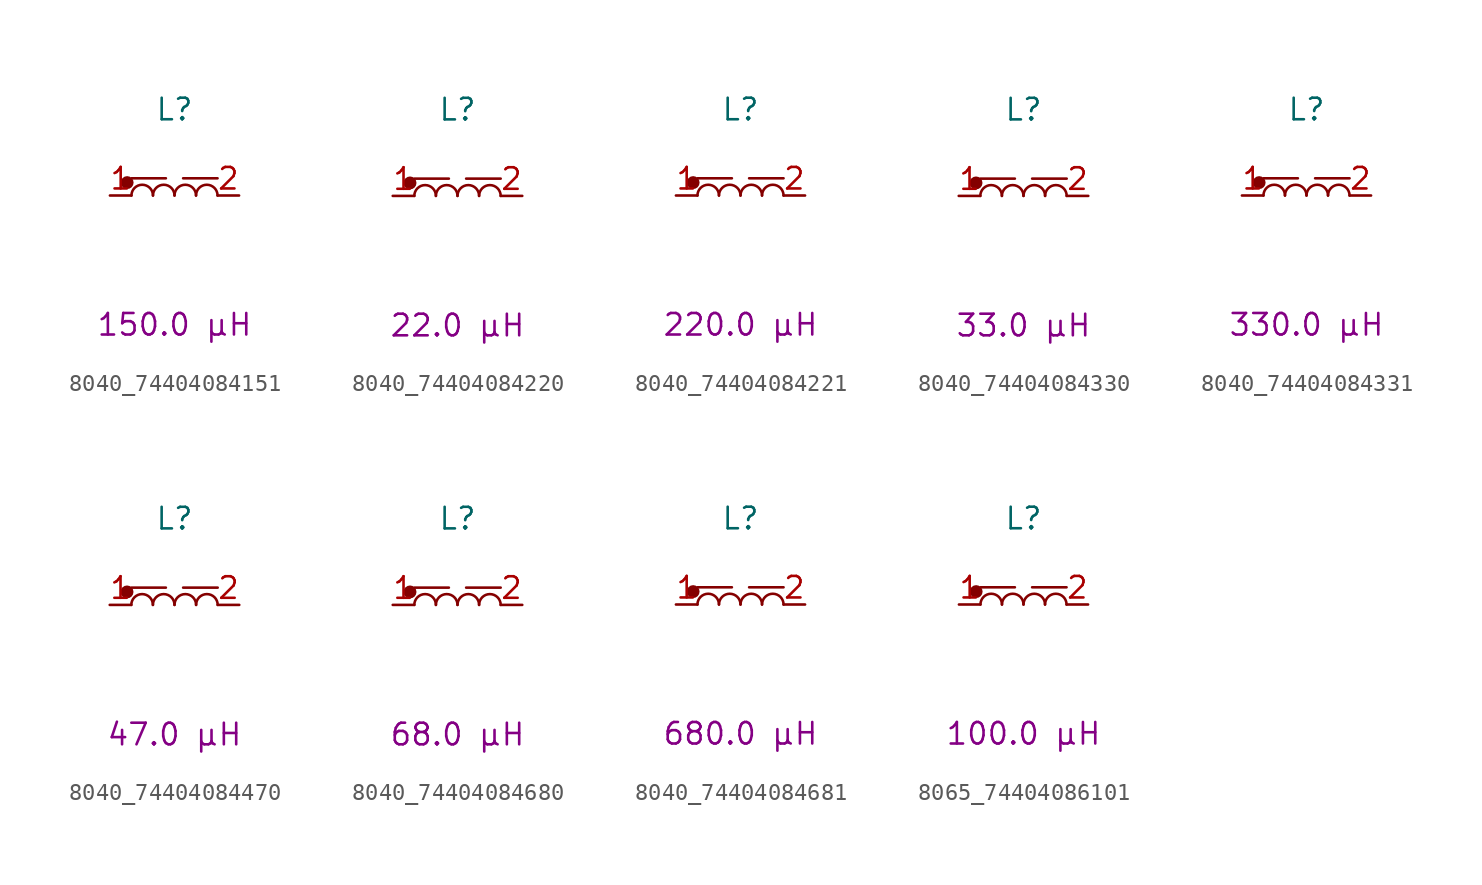
<source format=kicad_sym>
(kicad_symbol_lib
  (version 20220914)
  (generator kicad_symbol_editor)
  (symbol "8040_74404084151"
    (pin_names hide)
    (property "Reference" "L"
      (at 0 5.08 0)
      (effects (font (size 1.27 1.27))))
    (property "Critical Parameter" "150.0 µH"
      (at 0 -7.62 0)
      (effects (font (size 1.27 1.27))))
    (symbol "8040_74404084151_0_1"
      (arc (start -1.27 0) (mid -1.905 0.6323) (end -2.54 0) (stroke (width 0) (type default)) (fill (type none)))
      (arc (start 0 0) (mid -0.635 0.6323) (end -1.27 0) (stroke (width 0) (type default)) (fill (type none)))
      (polyline (pts (xy -2.54 1.016) (xy -0.508 1.016)) (stroke (width 0) (type default)) (fill (type none)))
      (arc (start 1.27 0) (mid 0.635 0.6323) (end 0 0) (stroke (width 0) (type default)) (fill (type none)))
      (arc (start 2.54 0) (mid 1.905 0.6323) (end 1.27 0) (stroke (width 0) (type default)) (fill (type none))))
    (symbol "8040_74404084151_1_1"
      (circle (center -2.794 0.762) (radius 0.0001) (stroke (width 0.381) (type default)) (fill (type none)))
      (polyline (pts (xy 2.54 1.016) (xy 0.508 1.016)) (stroke (width 0) (type default)) (fill (type none)))
      (pin passive line (at -3.81 0 0) (length 1.27) (name "1" (effects (font (size 1.27 1.27)))) (number "1" (effects (font (size 1.27 1.27)))))
      (pin passive line (at 3.81 0 180) (length 1.27) (name "2" (effects (font (size 1.27 1.27)))) (number "2" (effects (font (size 1.27 1.27)))))))
  (symbol "8040_74404084220"
    (pin_names hide)
    (property "Reference" "L"
      (at 0 5.08 0)
      (effects (font (size 1.27 1.27))))
    (property "Critical Parameter" "22.0 µH"
      (at 0 -7.62 0)
      (effects (font (size 1.27 1.27))))
    (symbol "8040_74404084220_0_1"
      (arc (start -1.27 0) (mid -1.905 0.6323) (end -2.54 0) (stroke (width 0) (type default)) (fill (type none)))
      (arc (start 0 0) (mid -0.635 0.6323) (end -1.27 0) (stroke (width 0) (type default)) (fill (type none)))
      (polyline (pts (xy -2.54 1.016) (xy -0.508 1.016)) (stroke (width 0) (type default)) (fill (type none)))
      (arc (start 1.27 0) (mid 0.635 0.6323) (end 0 0) (stroke (width 0) (type default)) (fill (type none)))
      (arc (start 2.54 0) (mid 1.905 0.6323) (end 1.27 0) (stroke (width 0) (type default)) (fill (type none))))
    (symbol "8040_74404084220_1_1"
      (circle (center -2.794 0.762) (radius 0.0001) (stroke (width 0.381) (type default)) (fill (type none)))
      (polyline (pts (xy 2.54 1.016) (xy 0.508 1.016)) (stroke (width 0) (type default)) (fill (type none)))
      (pin passive line (at -3.81 0 0) (length 1.27) (name "1" (effects (font (size 1.27 1.27)))) (number "1" (effects (font (size 1.27 1.27)))))
      (pin passive line (at 3.81 0 180) (length 1.27) (name "2" (effects (font (size 1.27 1.27)))) (number "2" (effects (font (size 1.27 1.27)))))))
  (symbol "8040_74404084221"
    (pin_names hide)
    (property "Reference" "L"
      (at 0 5.08 0)
      (effects (font (size 1.27 1.27))))
    (property "Critical Parameter" "220.0 µH"
      (at 0 -7.62 0)
      (effects (font (size 1.27 1.27))))
    (symbol "8040_74404084221_0_1"
      (arc (start -1.27 0) (mid -1.905 0.6323) (end -2.54 0) (stroke (width 0) (type default)) (fill (type none)))
      (arc (start 0 0) (mid -0.635 0.6323) (end -1.27 0) (stroke (width 0) (type default)) (fill (type none)))
      (polyline (pts (xy -2.54 1.016) (xy -0.508 1.016)) (stroke (width 0) (type default)) (fill (type none)))
      (arc (start 1.27 0) (mid 0.635 0.6323) (end 0 0) (stroke (width 0) (type default)) (fill (type none)))
      (arc (start 2.54 0) (mid 1.905 0.6323) (end 1.27 0) (stroke (width 0) (type default)) (fill (type none))))
    (symbol "8040_74404084221_1_1"
      (circle (center -2.794 0.762) (radius 0.0001) (stroke (width 0.381) (type default)) (fill (type none)))
      (polyline (pts (xy 2.54 1.016) (xy 0.508 1.016)) (stroke (width 0) (type default)) (fill (type none)))
      (pin passive line (at -3.81 0 0) (length 1.27) (name "1" (effects (font (size 1.27 1.27)))) (number "1" (effects (font (size 1.27 1.27)))))
      (pin passive line (at 3.81 0 180) (length 1.27) (name "2" (effects (font (size 1.27 1.27)))) (number "2" (effects (font (size 1.27 1.27)))))))
  (symbol "8040_74404084330"
    (pin_names hide)
    (property "Reference" "L"
      (at 0 5.08 0)
      (effects (font (size 1.27 1.27))))
    (property "Critical Parameter" "33.0 µH"
      (at 0 -7.62 0)
      (effects (font (size 1.27 1.27))))
    (symbol "8040_74404084330_0_1"
      (arc (start -1.27 0) (mid -1.905 0.6323) (end -2.54 0) (stroke (width 0) (type default)) (fill (type none)))
      (arc (start 0 0) (mid -0.635 0.6323) (end -1.27 0) (stroke (width 0) (type default)) (fill (type none)))
      (polyline (pts (xy -2.54 1.016) (xy -0.508 1.016)) (stroke (width 0) (type default)) (fill (type none)))
      (arc (start 1.27 0) (mid 0.635 0.6323) (end 0 0) (stroke (width 0) (type default)) (fill (type none)))
      (arc (start 2.54 0) (mid 1.905 0.6323) (end 1.27 0) (stroke (width 0) (type default)) (fill (type none))))
    (symbol "8040_74404084330_1_1"
      (circle (center -2.794 0.762) (radius 0.0001) (stroke (width 0.381) (type default)) (fill (type none)))
      (polyline (pts (xy 2.54 1.016) (xy 0.508 1.016)) (stroke (width 0) (type default)) (fill (type none)))
      (pin passive line (at -3.81 0 0) (length 1.27) (name "1" (effects (font (size 1.27 1.27)))) (number "1" (effects (font (size 1.27 1.27)))))
      (pin passive line (at 3.81 0 180) (length 1.27) (name "2" (effects (font (size 1.27 1.27)))) (number "2" (effects (font (size 1.27 1.27)))))))
  (symbol "8040_74404084331"
    (pin_names hide)
    (property "Reference" "L"
      (at 0 5.08 0)
      (effects (font (size 1.27 1.27))))
    (property "Critical Parameter" "330.0 µH"
      (at 0 -7.62 0)
      (effects (font (size 1.27 1.27))))
    (symbol "8040_74404084331_0_1"
      (arc (start -1.27 0) (mid -1.905 0.6323) (end -2.54 0) (stroke (width 0) (type default)) (fill (type none)))
      (arc (start 0 0) (mid -0.635 0.6323) (end -1.27 0) (stroke (width 0) (type default)) (fill (type none)))
      (polyline (pts (xy -2.54 1.016) (xy -0.508 1.016)) (stroke (width 0) (type default)) (fill (type none)))
      (arc (start 1.27 0) (mid 0.635 0.6323) (end 0 0) (stroke (width 0) (type default)) (fill (type none)))
      (arc (start 2.54 0) (mid 1.905 0.6323) (end 1.27 0) (stroke (width 0) (type default)) (fill (type none))))
    (symbol "8040_74404084331_1_1"
      (circle (center -2.794 0.762) (radius 0.0001) (stroke (width 0.381) (type default)) (fill (type none)))
      (polyline (pts (xy 2.54 1.016) (xy 0.508 1.016)) (stroke (width 0) (type default)) (fill (type none)))
      (pin passive line (at -3.81 0 0) (length 1.27) (name "1" (effects (font (size 1.27 1.27)))) (number "1" (effects (font (size 1.27 1.27)))))
      (pin passive line (at 3.81 0 180) (length 1.27) (name "2" (effects (font (size 1.27 1.27)))) (number "2" (effects (font (size 1.27 1.27)))))))
  (symbol "8040_74404084470"
    (pin_names hide)
    (property "Reference" "L"
      (at 0 5.08 0)
      (effects (font (size 1.27 1.27))))
    (property "Critical Parameter" "47.0 µH"
      (at 0 -7.62 0)
      (effects (font (size 1.27 1.27))))
    (symbol "8040_74404084470_0_1"
      (arc (start -1.27 0) (mid -1.905 0.6323) (end -2.54 0) (stroke (width 0) (type default)) (fill (type none)))
      (arc (start 0 0) (mid -0.635 0.6323) (end -1.27 0) (stroke (width 0) (type default)) (fill (type none)))
      (polyline (pts (xy -2.54 1.016) (xy -0.508 1.016)) (stroke (width 0) (type default)) (fill (type none)))
      (arc (start 1.27 0) (mid 0.635 0.6323) (end 0 0) (stroke (width 0) (type default)) (fill (type none)))
      (arc (start 2.54 0) (mid 1.905 0.6323) (end 1.27 0) (stroke (width 0) (type default)) (fill (type none))))
    (symbol "8040_74404084470_1_1"
      (circle (center -2.794 0.762) (radius 0.0001) (stroke (width 0.381) (type default)) (fill (type none)))
      (polyline (pts (xy 2.54 1.016) (xy 0.508 1.016)) (stroke (width 0) (type default)) (fill (type none)))
      (pin passive line (at -3.81 0 0) (length 1.27) (name "1" (effects (font (size 1.27 1.27)))) (number "1" (effects (font (size 1.27 1.27)))))
      (pin passive line (at 3.81 0 180) (length 1.27) (name "2" (effects (font (size 1.27 1.27)))) (number "2" (effects (font (size 1.27 1.27)))))))
  (symbol "8040_74404084680"
    (pin_names hide)
    (property "Reference" "L"
      (at 0 5.08 0)
      (effects (font (size 1.27 1.27))))
    (property "Critical Parameter" "68.0 µH"
      (at 0 -7.62 0)
      (effects (font (size 1.27 1.27))))
    (symbol "8040_74404084680_0_1"
      (arc (start -1.27 0) (mid -1.905 0.6323) (end -2.54 0) (stroke (width 0) (type default)) (fill (type none)))
      (arc (start 0 0) (mid -0.635 0.6323) (end -1.27 0) (stroke (width 0) (type default)) (fill (type none)))
      (polyline (pts (xy -2.54 1.016) (xy -0.508 1.016)) (stroke (width 0) (type default)) (fill (type none)))
      (arc (start 1.27 0) (mid 0.635 0.6323) (end 0 0) (stroke (width 0) (type default)) (fill (type none)))
      (arc (start 2.54 0) (mid 1.905 0.6323) (end 1.27 0) (stroke (width 0) (type default)) (fill (type none))))
    (symbol "8040_74404084680_1_1"
      (circle (center -2.794 0.762) (radius 0.0001) (stroke (width 0.381) (type default)) (fill (type none)))
      (polyline (pts (xy 2.54 1.016) (xy 0.508 1.016)) (stroke (width 0) (type default)) (fill (type none)))
      (pin passive line (at -3.81 0 0) (length 1.27) (name "1" (effects (font (size 1.27 1.27)))) (number "1" (effects (font (size 1.27 1.27)))))
      (pin passive line (at 3.81 0 180) (length 1.27) (name "2" (effects (font (size 1.27 1.27)))) (number "2" (effects (font (size 1.27 1.27)))))))
  (symbol "8040_74404084681"
    (pin_names hide)
    (property "Reference" "L"
      (at 0 5.08 0)
      (effects (font (size 1.27 1.27))))
    (property "Critical Parameter" "680.0 µH"
      (at 0 -7.62 0)
      (effects (font (size 1.27 1.27))))
    (symbol "8040_74404084681_0_1"
      (arc (start -1.27 0) (mid -1.905 0.6323) (end -2.54 0) (stroke (width 0) (type default)) (fill (type none)))
      (arc (start 0 0) (mid -0.635 0.6323) (end -1.27 0) (stroke (width 0) (type default)) (fill (type none)))
      (polyline (pts (xy -2.54 1.016) (xy -0.508 1.016)) (stroke (width 0) (type default)) (fill (type none)))
      (arc (start 1.27 0) (mid 0.635 0.6323) (end 0 0) (stroke (width 0) (type default)) (fill (type none)))
      (arc (start 2.54 0) (mid 1.905 0.6323) (end 1.27 0) (stroke (width 0) (type default)) (fill (type none))))
    (symbol "8040_74404084681_1_1"
      (circle (center -2.794 0.762) (radius 0.0001) (stroke (width 0.381) (type default)) (fill (type none)))
      (polyline (pts (xy 2.54 1.016) (xy 0.508 1.016)) (stroke (width 0) (type default)) (fill (type none)))
      (pin passive line (at -3.81 0 0) (length 1.27) (name "1" (effects (font (size 1.27 1.27)))) (number "1" (effects (font (size 1.27 1.27)))))
      (pin passive line (at 3.81 0 180) (length 1.27) (name "2" (effects (font (size 1.27 1.27)))) (number "2" (effects (font (size 1.27 1.27)))))))
  (symbol "8065_74404086101"
    (pin_names hide)
    (property "Reference" "L"
      (at 0 5.08 0)
      (effects (font (size 1.27 1.27))))
    (property "Critical Parameter" "100.0 µH"
      (at 0 -7.62 0)
      (effects (font (size 1.27 1.27))))
    (symbol "8065_74404086101_0_1"
      (arc (start -1.27 0) (mid -1.905 0.6323) (end -2.54 0) (stroke (width 0) (type default)) (fill (type none)))
      (arc (start 0 0) (mid -0.635 0.6323) (end -1.27 0) (stroke (width 0) (type default)) (fill (type none)))
      (polyline (pts (xy -2.54 1.016) (xy -0.508 1.016)) (stroke (width 0) (type default)) (fill (type none)))
      (arc (start 1.27 0) (mid 0.635 0.6323) (end 0 0) (stroke (width 0) (type default)) (fill (type none)))
      (arc (start 2.54 0) (mid 1.905 0.6323) (end 1.27 0) (stroke (width 0) (type default)) (fill (type none))))
    (symbol "8065_74404086101_1_1"
      (circle (center -2.794 0.762) (radius 0.0001) (stroke (width 0.381) (type default)) (fill (type none)))
      (polyline (pts (xy 2.54 1.016) (xy 0.508 1.016)) (stroke (width 0) (type default)) (fill (type none)))
      (pin passive line (at -3.81 0 0) (length 1.27) (name "1" (effects (font (size 1.27 1.27)))) (number "1" (effects (font (size 1.27 1.27)))))
      (pin passive line (at 3.81 0 180) (length 1.27) (name "2" (effects (font (size 1.27 1.27)))) (number "2" (effects (font (size 1.27 1.27))))))))
</source>
